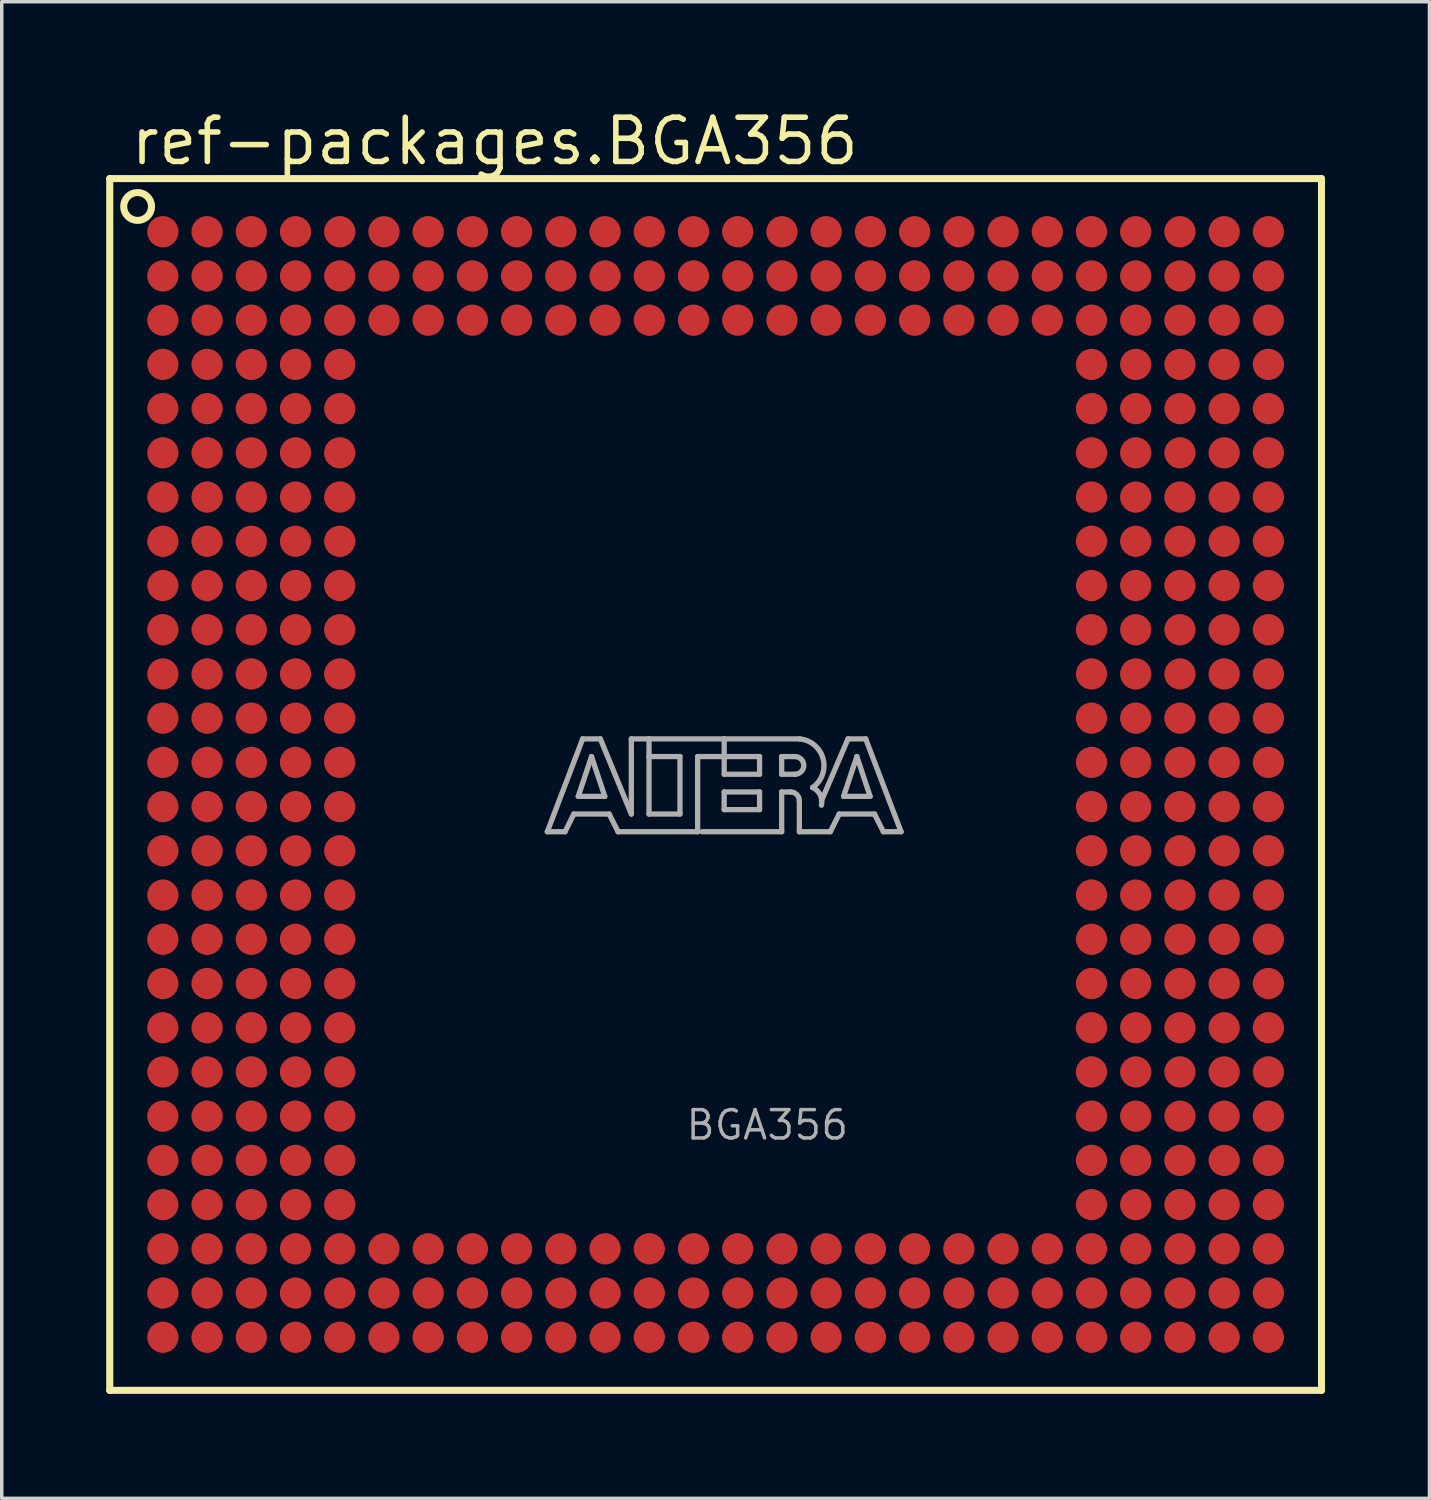
<source format=kicad_pcb>
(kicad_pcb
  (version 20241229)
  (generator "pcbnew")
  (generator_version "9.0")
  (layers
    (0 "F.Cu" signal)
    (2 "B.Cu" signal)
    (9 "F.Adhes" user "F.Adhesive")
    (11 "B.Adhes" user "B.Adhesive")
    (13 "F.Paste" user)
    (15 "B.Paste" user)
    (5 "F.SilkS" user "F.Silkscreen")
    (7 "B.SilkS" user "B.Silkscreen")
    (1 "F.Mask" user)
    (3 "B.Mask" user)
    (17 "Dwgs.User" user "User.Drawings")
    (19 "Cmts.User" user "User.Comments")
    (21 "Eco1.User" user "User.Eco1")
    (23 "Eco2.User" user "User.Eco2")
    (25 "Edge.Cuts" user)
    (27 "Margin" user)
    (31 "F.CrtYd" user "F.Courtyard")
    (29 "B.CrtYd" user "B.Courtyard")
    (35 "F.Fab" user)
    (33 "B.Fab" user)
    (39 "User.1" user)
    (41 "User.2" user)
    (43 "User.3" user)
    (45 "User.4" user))
  (footprint "ref-packages.BGA356"
    (layer "F.Cu")
    (at 17.502 19.48)
    (property "Reference" "ref-packages.BGA356" (at -16.88 -17.73 0) (layer "F.SilkS") (effects (font (size 1.27 1.27) (thickness 0.16)) (justify left bottom)))
    (attr smd)
    (fp_line (start -17.4 -17.4) (end -17.4 17.4) (stroke (width 0.203) (type default)) (layer "F.SilkS"))
    (fp_line (start -17.4 17.4) (end 17.4 17.4) (stroke (width 0.203) (type default)) (layer "F.SilkS"))
    (fp_line (start 17.4 -17.4) (end -17.4 -17.4) (stroke (width 0.203) (type default)) (layer "F.SilkS"))
    (fp_line (start 17.4 17.4) (end 17.4 -17.4) (stroke (width 0.203) (type default)) (layer "F.SilkS"))
    (fp_circle (center -16.6 -16.6) (end -16.2 -16.6) (stroke (width 0.203) (type default)) (fill no) (layer "F.SilkS"))
    (fp_line (start -4.834 1.357) (end -3.818 -1.31) (stroke (width 0.152) (type default)) (layer "F.Fab"))
    (fp_line (start -4.326 1.357) (end -4.834 1.357) (stroke (width 0.152) (type default)) (layer "F.Fab"))
    (fp_line (start -4.072 0.849) (end -4.326 1.357) (stroke (width 0.152) (type default)) (layer "F.Fab"))
    (fp_line (start -3.945 0.341) (end -3.183 0.341) (stroke (width 0.152) (type default)) (layer "F.Fab"))
    (fp_line (start -3.818 -1.31) (end -3.31 -1.31) (stroke (width 0.152) (type default)) (layer "F.Fab"))
    (fp_line (start -3.564 -0.802) (end -3.945 0.341) (stroke (width 0.152) (type default)) (layer "F.Fab"))
    (fp_line (start -3.31 -1.31) (end -2.421 0.849) (stroke (width 0.152) (type default)) (layer "F.Fab"))
    (fp_line (start -3.183 0.341) (end -3.564 -0.802) (stroke (width 0.152) (type default)) (layer "F.Fab"))
    (fp_line (start -3.056 0.849) (end -4.072 0.849) (stroke (width 0.152) (type default)) (layer "F.Fab"))
    (fp_line (start -2.802 1.357) (end -3.056 0.849) (stroke (width 0.152) (type default)) (layer "F.Fab"))
    (fp_line (start -2.421 -1.31) (end -1.913 -1.31) (stroke (width 0.152) (type default)) (layer "F.Fab"))
    (fp_line (start -2.421 0.849) (end -2.421 -1.31) (stroke (width 0.152) (type default)) (layer "F.Fab"))
    (fp_line (start -1.913 -1.31) (end -1.913 -0.802) (stroke (width 0.152) (type default)) (layer "F.Fab"))
    (fp_line (start -1.913 -1.31) (end 0.246 -1.31) (stroke (width 0.152) (type default)) (layer "F.Fab"))
    (fp_line (start -1.913 -0.802) (end -1.913 0.849) (stroke (width 0.152) (type default)) (layer "F.Fab"))
    (fp_line (start -1.913 0.849) (end -1.024 0.849) (stroke (width 0.152) (type default)) (layer "F.Fab"))
    (fp_line (start -1.024 -0.802) (end -1.913 -0.802) (stroke (width 0.152) (type default)) (layer "F.Fab"))
    (fp_line (start -1.024 0.849) (end -1.024 -0.802) (stroke (width 0.152) (type default)) (layer "F.Fab"))
    (fp_line (start -0.516 -0.802) (end -0.516 1.357) (stroke (width 0.152) (type default)) (layer "F.Fab"))
    (fp_line (start -0.516 1.357) (end -2.802 1.357) (stroke (width 0.152) (type default)) (layer "F.Fab"))
    (fp_line (start 0.246 -1.31) (end 0.246 -0.802) (stroke (width 0.152) (type default)) (layer "F.Fab"))
    (fp_line (start 0.246 -1.31) (end 2.405 -1.31) (stroke (width 0.152) (type default)) (layer "F.Fab"))
    (fp_line (start 0.246 -0.802) (end -0.516 -0.802) (stroke (width 0.152) (type default)) (layer "F.Fab"))
    (fp_line (start 0.246 -0.802) (end 0.246 -0.294) (stroke (width 0.152) (type default)) (layer "F.Fab"))
    (fp_line (start 0.246 -0.294) (end 1.262 -0.294) (stroke (width 0.152) (type default)) (layer "F.Fab"))
    (fp_line (start 0.246 0.214) (end 1.262 0.214) (stroke (width 0.152) (type default)) (layer "F.Fab"))
    (fp_line (start 0.246 0.722) (end 0.246 0.214) (stroke (width 0.152) (type default)) (layer "F.Fab"))
    (fp_line (start 1.262 -0.802) (end 0.246 -0.802) (stroke (width 0.152) (type default)) (layer "F.Fab"))
    (fp_line (start 1.262 -0.294) (end 1.262 -0.802) (stroke (width 0.152) (type default)) (layer "F.Fab"))
    (fp_line (start 1.262 0.214) (end 1.262 0.722) (stroke (width 0.152) (type default)) (layer "F.Fab"))
    (fp_line (start 1.262 0.722) (end 0.246 0.722) (stroke (width 0.152) (type default)) (layer "F.Fab"))
    (fp_line (start 1.897 -0.802) (end 1.897 -0.294) (stroke (width 0.152) (type default)) (layer "F.Fab"))
    (fp_line (start 1.897 -0.294) (end 2.278 -0.294) (stroke (width 0.152) (type default)) (layer "F.Fab"))
    (fp_line (start 1.897 0.214) (end 1.897 1.357) (stroke (width 0.152) (type default)) (layer "F.Fab"))
    (fp_line (start 1.897 0.214) (end 2.151 0.214) (stroke (width 0.152) (type default)) (layer "F.Fab"))
    (fp_line (start 1.897 1.357) (end -0.389 1.357) (stroke (width 0.152) (type default)) (layer "F.Fab"))
    (fp_line (start 2.278 -0.802) (end 1.897 -0.802) (stroke (width 0.152) (type default)) (layer "F.Fab"))
    (fp_line (start 2.405 0.468) (end 2.405 1.357) (stroke (width 0.152) (type default)) (layer "F.Fab"))
    (fp_line (start 2.405 1.357) (end 3.294 1.357) (stroke (width 0.152) (type default)) (layer "F.Fab"))
    (fp_line (start 3.294 1.357) (end 3.548 0.849) (stroke (width 0.152) (type default)) (layer "F.Fab"))
    (fp_line (start 3.548 0.849) (end 4.564 0.849) (stroke (width 0.152) (type default)) (layer "F.Fab"))
    (fp_line (start 3.675 0.341) (end 4.056 -0.802) (stroke (width 0.152) (type default)) (layer "F.Fab"))
    (fp_line (start 3.802 -1.31) (end 3.04 0.468) (stroke (width 0.152) (type default)) (layer "F.Fab"))
    (fp_line (start 4.056 -0.802) (end 4.437 0.341) (stroke (width 0.152) (type default)) (layer "F.Fab"))
    (fp_line (start 4.31 -1.31) (end 3.802 -1.31) (stroke (width 0.152) (type default)) (layer "F.Fab"))
    (fp_line (start 4.437 0.341) (end 3.675 0.341) (stroke (width 0.152) (type default)) (layer "F.Fab"))
    (fp_line (start 4.564 0.849) (end 4.818 1.357) (stroke (width 0.152) (type default)) (layer "F.Fab"))
    (fp_line (start 4.818 1.357) (end 5.326 1.357) (stroke (width 0.152) (type default)) (layer "F.Fab"))
    (fp_line (start 5.326 1.357) (end 4.31 -1.31) (stroke (width 0.152) (type default)) (layer "F.Fab"))
    (fp_arc (start 2.151 0.214) (mid 2.330605 0.288395) (end 2.405 0.468) (stroke (width 0.1524) (type default)) (layer "F.Fab"))
    (fp_arc (start 2.278 -0.802) (mid 2.532 -0.548) (end 2.278 -0.294) (stroke (width 0.1524) (type default)) (layer "F.Fab"))
    (fp_arc (start 2.405 -1.31) (mid 3.084953 -0.74477) (end 2.7861 0.0874) (stroke (width 0.1524) (type default)) (layer "F.Fab"))
    (fp_arc (start 2.7861 0.0871) (mid 3.002081 0.296587) (end 3.0398 0.5951) (stroke (width 0.1524) (type default)) (layer "F.Fab"))
    (fp_text user "BGA356" (at -0.905 10.255 0) (layer "F.Fab") (effects (font (size 0.813 0.813) (thickness 0.1)) (justify left bottom)))
    (pad "A1" smd roundrect (at -15.875 -15.875) (size 0.9 0.9) (layers "F.Cu" "F.Mask" "F.Paste") (roundrect_rratio 0.5))
    (pad "A2" smd roundrect (at -14.605 -15.875) (size 0.9 0.9) (layers "F.Cu" "F.Mask" "F.Paste") (roundrect_rratio 0.5))
    (pad "A3" smd roundrect (at -13.335 -15.875) (size 0.9 0.9) (layers "F.Cu" "F.Mask" "F.Paste") (roundrect_rratio 0.5))
    (pad "A4" smd roundrect (at -12.065 -15.875) (size 0.9 0.9) (layers "F.Cu" "F.Mask" "F.Paste") (roundrect_rratio 0.5))
    (pad "A5" smd roundrect (at -10.795 -15.875) (size 0.9 0.9) (layers "F.Cu" "F.Mask" "F.Paste") (roundrect_rratio 0.5))
    (pad "A6" smd roundrect (at -9.525 -15.875) (size 0.9 0.9) (layers "F.Cu" "F.Mask" "F.Paste") (roundrect_rratio 0.5))
    (pad "A7" smd roundrect (at -8.255 -15.875) (size 0.9 0.9) (layers "F.Cu" "F.Mask" "F.Paste") (roundrect_rratio 0.5))
    (pad "A8" smd roundrect (at -6.985 -15.875) (size 0.9 0.9) (layers "F.Cu" "F.Mask" "F.Paste") (roundrect_rratio 0.5))
    (pad "A9" smd roundrect (at -5.715 -15.875) (size 0.9 0.9) (layers "F.Cu" "F.Mask" "F.Paste") (roundrect_rratio 0.5))
    (pad "A10" smd roundrect (at -4.445 -15.875) (size 0.9 0.9) (layers "F.Cu" "F.Mask" "F.Paste") (roundrect_rratio 0.5))
    (pad "A11" smd roundrect (at -3.175 -15.875) (size 0.9 0.9) (layers "F.Cu" "F.Mask" "F.Paste") (roundrect_rratio 0.5))
    (pad "A12" smd roundrect (at -1.905 -15.875) (size 0.9 0.9) (layers "F.Cu" "F.Mask" "F.Paste") (roundrect_rratio 0.5))
    (pad "A13" smd roundrect (at -0.635 -15.875) (size 0.9 0.9) (layers "F.Cu" "F.Mask" "F.Paste") (roundrect_rratio 0.5))
    (pad "A14" smd roundrect (at 0.635 -15.875) (size 0.9 0.9) (layers "F.Cu" "F.Mask" "F.Paste") (roundrect_rratio 0.5))
    (pad "A15" smd roundrect (at 1.905 -15.875) (size 0.9 0.9) (layers "F.Cu" "F.Mask" "F.Paste") (roundrect_rratio 0.5))
    (pad "A16" smd roundrect (at 3.175 -15.875) (size 0.9 0.9) (layers "F.Cu" "F.Mask" "F.Paste") (roundrect_rratio 0.5))
    (pad "A17" smd roundrect (at 4.445 -15.875) (size 0.9 0.9) (layers "F.Cu" "F.Mask" "F.Paste") (roundrect_rratio 0.5))
    (pad "A18" smd roundrect (at 5.715 -15.875) (size 0.9 0.9) (layers "F.Cu" "F.Mask" "F.Paste") (roundrect_rratio 0.5))
    (pad "A19" smd roundrect (at 6.985 -15.875) (size 0.9 0.9) (layers "F.Cu" "F.Mask" "F.Paste") (roundrect_rratio 0.5))
    (pad "A20" smd roundrect (at 8.255 -15.875) (size 0.9 0.9) (layers "F.Cu" "F.Mask" "F.Paste") (roundrect_rratio 0.5))
    (pad "A21" smd roundrect (at 9.525 -15.875) (size 0.9 0.9) (layers "F.Cu" "F.Mask" "F.Paste") (roundrect_rratio 0.5))
    (pad "A22" smd roundrect (at 10.795 -15.875) (size 0.9 0.9) (layers "F.Cu" "F.Mask" "F.Paste") (roundrect_rratio 0.5))
    (pad "A23" smd roundrect (at 12.065 -15.875) (size 0.9 0.9) (layers "F.Cu" "F.Mask" "F.Paste") (roundrect_rratio 0.5))
    (pad "A24" smd roundrect (at 13.335 -15.875) (size 0.9 0.9) (layers "F.Cu" "F.Mask" "F.Paste") (roundrect_rratio 0.5))
    (pad "A25" smd roundrect (at 14.605 -15.875) (size 0.9 0.9) (layers "F.Cu" "F.Mask" "F.Paste") (roundrect_rratio 0.5))
    (pad "A26" smd roundrect (at 15.875 -15.875) (size 0.9 0.9) (layers "F.Cu" "F.Mask" "F.Paste") (roundrect_rratio 0.5))
    (pad "AA1" smd roundrect (at -15.875 9.525) (size 0.9 0.9) (layers "F.Cu" "F.Mask" "F.Paste") (roundrect_rratio 0.5))
    (pad "AA2" smd roundrect (at -14.605 9.525) (size 0.9 0.9) (layers "F.Cu" "F.Mask" "F.Paste") (roundrect_rratio 0.5))
    (pad "AA3" smd roundrect (at -13.335 9.525) (size 0.9 0.9) (layers "F.Cu" "F.Mask" "F.Paste") (roundrect_rratio 0.5))
    (pad "AA4" smd roundrect (at -12.065 9.525) (size 0.9 0.9) (layers "F.Cu" "F.Mask" "F.Paste") (roundrect_rratio 0.5))
    (pad "AA5" smd roundrect (at -10.795 9.525) (size 0.9 0.9) (layers "F.Cu" "F.Mask" "F.Paste") (roundrect_rratio 0.5))
    (pad "AA22" smd roundrect (at 10.795 9.525) (size 0.9 0.9) (layers "F.Cu" "F.Mask" "F.Paste") (roundrect_rratio 0.5))
    (pad "AA23" smd roundrect (at 12.065 9.525) (size 0.9 0.9) (layers "F.Cu" "F.Mask" "F.Paste") (roundrect_rratio 0.5))
    (pad "AA24" smd roundrect (at 13.335 9.525) (size 0.9 0.9) (layers "F.Cu" "F.Mask" "F.Paste") (roundrect_rratio 0.5))
    (pad "AA25" smd roundrect (at 14.605 9.525) (size 0.9 0.9) (layers "F.Cu" "F.Mask" "F.Paste") (roundrect_rratio 0.5))
    (pad "AA26" smd roundrect (at 15.875 9.525) (size 0.9 0.9) (layers "F.Cu" "F.Mask" "F.Paste") (roundrect_rratio 0.5))
    (pad "AB1" smd roundrect (at -15.875 10.795) (size 0.9 0.9) (layers "F.Cu" "F.Mask" "F.Paste") (roundrect_rratio 0.5))
    (pad "AB2" smd roundrect (at -14.605 10.795) (size 0.9 0.9) (layers "F.Cu" "F.Mask" "F.Paste") (roundrect_rratio 0.5))
    (pad "AB3" smd roundrect (at -13.335 10.795) (size 0.9 0.9) (layers "F.Cu" "F.Mask" "F.Paste") (roundrect_rratio 0.5))
    (pad "AB4" smd roundrect (at -12.065 10.795) (size 0.9 0.9) (layers "F.Cu" "F.Mask" "F.Paste") (roundrect_rratio 0.5))
    (pad "AB5" smd roundrect (at -10.795 10.795) (size 0.9 0.9) (layers "F.Cu" "F.Mask" "F.Paste") (roundrect_rratio 0.5))
    (pad "AB22" smd roundrect (at 10.795 10.795) (size 0.9 0.9) (layers "F.Cu" "F.Mask" "F.Paste") (roundrect_rratio 0.5))
    (pad "AB23" smd roundrect (at 12.065 10.795) (size 0.9 0.9) (layers "F.Cu" "F.Mask" "F.Paste") (roundrect_rratio 0.5))
    (pad "AB24" smd roundrect (at 13.335 10.795) (size 0.9 0.9) (layers "F.Cu" "F.Mask" "F.Paste") (roundrect_rratio 0.5))
    (pad "AB25" smd roundrect (at 14.605 10.795) (size 0.9 0.9) (layers "F.Cu" "F.Mask" "F.Paste") (roundrect_rratio 0.5))
    (pad "AB26" smd roundrect (at 15.875 10.795) (size 0.9 0.9) (layers "F.Cu" "F.Mask" "F.Paste") (roundrect_rratio 0.5))
    (pad "AC1" smd roundrect (at -15.875 12.065) (size 0.9 0.9) (layers "F.Cu" "F.Mask" "F.Paste") (roundrect_rratio 0.5))
    (pad "AC2" smd roundrect (at -14.605 12.065) (size 0.9 0.9) (layers "F.Cu" "F.Mask" "F.Paste") (roundrect_rratio 0.5))
    (pad "AC3" smd roundrect (at -13.335 12.065) (size 0.9 0.9) (layers "F.Cu" "F.Mask" "F.Paste") (roundrect_rratio 0.5))
    (pad "AC4" smd roundrect (at -12.065 12.065) (size 0.9 0.9) (layers "F.Cu" "F.Mask" "F.Paste") (roundrect_rratio 0.5))
    (pad "AC5" smd roundrect (at -10.795 12.065) (size 0.9 0.9) (layers "F.Cu" "F.Mask" "F.Paste") (roundrect_rratio 0.5))
    (pad "AC22" smd roundrect (at 10.795 12.065) (size 0.9 0.9) (layers "F.Cu" "F.Mask" "F.Paste") (roundrect_rratio 0.5))
    (pad "AC23" smd roundrect (at 12.065 12.065) (size 0.9 0.9) (layers "F.Cu" "F.Mask" "F.Paste") (roundrect_rratio 0.5))
    (pad "AC24" smd roundrect (at 13.335 12.065) (size 0.9 0.9) (layers "F.Cu" "F.Mask" "F.Paste") (roundrect_rratio 0.5))
    (pad "AC25" smd roundrect (at 14.605 12.065) (size 0.9 0.9) (layers "F.Cu" "F.Mask" "F.Paste") (roundrect_rratio 0.5))
    (pad "AC26" smd roundrect (at 15.875 12.065) (size 0.9 0.9) (layers "F.Cu" "F.Mask" "F.Paste") (roundrect_rratio 0.5))
    (pad "AD1" smd roundrect (at -15.875 13.335) (size 0.9 0.9) (layers "F.Cu" "F.Mask" "F.Paste") (roundrect_rratio 0.5))
    (pad "AD2" smd roundrect (at -14.605 13.335) (size 0.9 0.9) (layers "F.Cu" "F.Mask" "F.Paste") (roundrect_rratio 0.5))
    (pad "AD3" smd roundrect (at -13.335 13.335) (size 0.9 0.9) (layers "F.Cu" "F.Mask" "F.Paste") (roundrect_rratio 0.5))
    (pad "AD4" smd roundrect (at -12.065 13.335) (size 0.9 0.9) (layers "F.Cu" "F.Mask" "F.Paste") (roundrect_rratio 0.5))
    (pad "AD5" smd roundrect (at -10.795 13.335) (size 0.9 0.9) (layers "F.Cu" "F.Mask" "F.Paste") (roundrect_rratio 0.5))
    (pad "AD6" smd roundrect (at -9.525 13.335) (size 0.9 0.9) (layers "F.Cu" "F.Mask" "F.Paste") (roundrect_rratio 0.5))
    (pad "AD7" smd roundrect (at -8.255 13.335) (size 0.9 0.9) (layers "F.Cu" "F.Mask" "F.Paste") (roundrect_rratio 0.5))
    (pad "AD8" smd roundrect (at -6.985 13.335) (size 0.9 0.9) (layers "F.Cu" "F.Mask" "F.Paste") (roundrect_rratio 0.5))
    (pad "AD9" smd roundrect (at -5.715 13.335) (size 0.9 0.9) (layers "F.Cu" "F.Mask" "F.Paste") (roundrect_rratio 0.5))
    (pad "AD10" smd roundrect (at -4.445 13.335) (size 0.9 0.9) (layers "F.Cu" "F.Mask" "F.Paste") (roundrect_rratio 0.5))
    (pad "AD11" smd roundrect (at -3.175 13.335) (size 0.9 0.9) (layers "F.Cu" "F.Mask" "F.Paste") (roundrect_rratio 0.5))
    (pad "AD12" smd roundrect (at -1.905 13.335) (size 0.9 0.9) (layers "F.Cu" "F.Mask" "F.Paste") (roundrect_rratio 0.5))
    (pad "AD13" smd roundrect (at -0.635 13.335) (size 0.9 0.9) (layers "F.Cu" "F.Mask" "F.Paste") (roundrect_rratio 0.5))
    (pad "AD14" smd roundrect (at 0.635 13.335) (size 0.9 0.9) (layers "F.Cu" "F.Mask" "F.Paste") (roundrect_rratio 0.5))
    (pad "AD15" smd roundrect (at 1.905 13.335) (size 0.9 0.9) (layers "F.Cu" "F.Mask" "F.Paste") (roundrect_rratio 0.5))
    (pad "AD16" smd roundrect (at 3.175 13.335) (size 0.9 0.9) (layers "F.Cu" "F.Mask" "F.Paste") (roundrect_rratio 0.5))
    (pad "AD17" smd roundrect (at 4.445 13.335) (size 0.9 0.9) (layers "F.Cu" "F.Mask" "F.Paste") (roundrect_rratio 0.5))
    (pad "AD18" smd roundrect (at 5.715 13.335) (size 0.9 0.9) (layers "F.Cu" "F.Mask" "F.Paste") (roundrect_rratio 0.5))
    (pad "AD19" smd roundrect (at 6.985 13.335) (size 0.9 0.9) (layers "F.Cu" "F.Mask" "F.Paste") (roundrect_rratio 0.5))
    (pad "AD20" smd roundrect (at 8.255 13.335) (size 0.9 0.9) (layers "F.Cu" "F.Mask" "F.Paste") (roundrect_rratio 0.5))
    (pad "AD21" smd roundrect (at 9.525 13.335) (size 0.9 0.9) (layers "F.Cu" "F.Mask" "F.Paste") (roundrect_rratio 0.5))
    (pad "AD22" smd roundrect (at 10.795 13.335) (size 0.9 0.9) (layers "F.Cu" "F.Mask" "F.Paste") (roundrect_rratio 0.5))
    (pad "AD23" smd roundrect (at 12.065 13.335) (size 0.9 0.9) (layers "F.Cu" "F.Mask" "F.Paste") (roundrect_rratio 0.5))
    (pad "AD24" smd roundrect (at 13.335 13.335) (size 0.9 0.9) (layers "F.Cu" "F.Mask" "F.Paste") (roundrect_rratio 0.5))
    (pad "AD25" smd roundrect (at 14.605 13.335) (size 0.9 0.9) (layers "F.Cu" "F.Mask" "F.Paste") (roundrect_rratio 0.5))
    (pad "AD26" smd roundrect (at 15.875 13.335) (size 0.9 0.9) (layers "F.Cu" "F.Mask" "F.Paste") (roundrect_rratio 0.5))
    (pad "AE1" smd roundrect (at -15.875 14.605) (size 0.9 0.9) (layers "F.Cu" "F.Mask" "F.Paste") (roundrect_rratio 0.5))
    (pad "AE2" smd roundrect (at -14.605 14.605) (size 0.9 0.9) (layers "F.Cu" "F.Mask" "F.Paste") (roundrect_rratio 0.5))
    (pad "AE3" smd roundrect (at -13.335 14.605) (size 0.9 0.9) (layers "F.Cu" "F.Mask" "F.Paste") (roundrect_rratio 0.5))
    (pad "AE4" smd roundrect (at -12.065 14.605) (size 0.9 0.9) (layers "F.Cu" "F.Mask" "F.Paste") (roundrect_rratio 0.5))
    (pad "AE5" smd roundrect (at -10.795 14.605) (size 0.9 0.9) (layers "F.Cu" "F.Mask" "F.Paste") (roundrect_rratio 0.5))
    (pad "AE6" smd roundrect (at -9.525 14.605) (size 0.9 0.9) (layers "F.Cu" "F.Mask" "F.Paste") (roundrect_rratio 0.5))
    (pad "AE7" smd roundrect (at -8.255 14.605) (size 0.9 0.9) (layers "F.Cu" "F.Mask" "F.Paste") (roundrect_rratio 0.5))
    (pad "AE8" smd roundrect (at -6.985 14.605) (size 0.9 0.9) (layers "F.Cu" "F.Mask" "F.Paste") (roundrect_rratio 0.5))
    (pad "AE9" smd roundrect (at -5.715 14.605) (size 0.9 0.9) (layers "F.Cu" "F.Mask" "F.Paste") (roundrect_rratio 0.5))
    (pad "AE10" smd roundrect (at -4.445 14.605) (size 0.9 0.9) (layers "F.Cu" "F.Mask" "F.Paste") (roundrect_rratio 0.5))
    (pad "AE11" smd roundrect (at -3.175 14.605) (size 0.9 0.9) (layers "F.Cu" "F.Mask" "F.Paste") (roundrect_rratio 0.5))
    (pad "AE12" smd roundrect (at -1.905 14.605) (size 0.9 0.9) (layers "F.Cu" "F.Mask" "F.Paste") (roundrect_rratio 0.5))
    (pad "AE13" smd roundrect (at -0.635 14.605) (size 0.9 0.9) (layers "F.Cu" "F.Mask" "F.Paste") (roundrect_rratio 0.5))
    (pad "AE14" smd roundrect (at 0.635 14.605) (size 0.9 0.9) (layers "F.Cu" "F.Mask" "F.Paste") (roundrect_rratio 0.5))
    (pad "AE15" smd roundrect (at 1.905 14.605) (size 0.9 0.9) (layers "F.Cu" "F.Mask" "F.Paste") (roundrect_rratio 0.5))
    (pad "AE16" smd roundrect (at 3.175 14.605) (size 0.9 0.9) (layers "F.Cu" "F.Mask" "F.Paste") (roundrect_rratio 0.5))
    (pad "AE17" smd roundrect (at 4.445 14.605) (size 0.9 0.9) (layers "F.Cu" "F.Mask" "F.Paste") (roundrect_rratio 0.5))
    (pad "AE18" smd roundrect (at 5.715 14.605) (size 0.9 0.9) (layers "F.Cu" "F.Mask" "F.Paste") (roundrect_rratio 0.5))
    (pad "AE19" smd roundrect (at 6.985 14.605) (size 0.9 0.9) (layers "F.Cu" "F.Mask" "F.Paste") (roundrect_rratio 0.5))
    (pad "AE20" smd roundrect (at 8.255 14.605) (size 0.9 0.9) (layers "F.Cu" "F.Mask" "F.Paste") (roundrect_rratio 0.5))
    (pad "AE21" smd roundrect (at 9.525 14.605) (size 0.9 0.9) (layers "F.Cu" "F.Mask" "F.Paste") (roundrect_rratio 0.5))
    (pad "AE22" smd roundrect (at 10.795 14.605) (size 0.9 0.9) (layers "F.Cu" "F.Mask" "F.Paste") (roundrect_rratio 0.5))
    (pad "AE23" smd roundrect (at 12.065 14.605) (size 0.9 0.9) (layers "F.Cu" "F.Mask" "F.Paste") (roundrect_rratio 0.5))
    (pad "AE24" smd roundrect (at 13.335 14.605) (size 0.9 0.9) (layers "F.Cu" "F.Mask" "F.Paste") (roundrect_rratio 0.5))
    (pad "AE25" smd roundrect (at 14.605 14.605) (size 0.9 0.9) (layers "F.Cu" "F.Mask" "F.Paste") (roundrect_rratio 0.5))
    (pad "AE26" smd roundrect (at 15.875 14.605) (size 0.9 0.9) (layers "F.Cu" "F.Mask" "F.Paste") (roundrect_rratio 0.5))
    (pad "AF1" smd roundrect (at -15.875 15.875) (size 0.9 0.9) (layers "F.Cu" "F.Mask" "F.Paste") (roundrect_rratio 0.5))
    (pad "AF2" smd roundrect (at -14.605 15.875) (size 0.9 0.9) (layers "F.Cu" "F.Mask" "F.Paste") (roundrect_rratio 0.5))
    (pad "AF3" smd roundrect (at -13.335 15.875) (size 0.9 0.9) (layers "F.Cu" "F.Mask" "F.Paste") (roundrect_rratio 0.5))
    (pad "AF4" smd roundrect (at -12.065 15.875) (size 0.9 0.9) (layers "F.Cu" "F.Mask" "F.Paste") (roundrect_rratio 0.5))
    (pad "AF5" smd roundrect (at -10.795 15.875) (size 0.9 0.9) (layers "F.Cu" "F.Mask" "F.Paste") (roundrect_rratio 0.5))
    (pad "AF6" smd roundrect (at -9.525 15.875) (size 0.9 0.9) (layers "F.Cu" "F.Mask" "F.Paste") (roundrect_rratio 0.5))
    (pad "AF7" smd roundrect (at -8.255 15.875) (size 0.9 0.9) (layers "F.Cu" "F.Mask" "F.Paste") (roundrect_rratio 0.5))
    (pad "AF8" smd roundrect (at -6.985 15.875) (size 0.9 0.9) (layers "F.Cu" "F.Mask" "F.Paste") (roundrect_rratio 0.5))
    (pad "AF9" smd roundrect (at -5.715 15.875) (size 0.9 0.9) (layers "F.Cu" "F.Mask" "F.Paste") (roundrect_rratio 0.5))
    (pad "AF10" smd roundrect (at -4.445 15.875) (size 0.9 0.9) (layers "F.Cu" "F.Mask" "F.Paste") (roundrect_rratio 0.5))
    (pad "AF11" smd roundrect (at -3.175 15.875) (size 0.9 0.9) (layers "F.Cu" "F.Mask" "F.Paste") (roundrect_rratio 0.5))
    (pad "AF12" smd roundrect (at -1.905 15.875) (size 0.9 0.9) (layers "F.Cu" "F.Mask" "F.Paste") (roundrect_rratio 0.5))
    (pad "AF13" smd roundrect (at -0.635 15.875) (size 0.9 0.9) (layers "F.Cu" "F.Mask" "F.Paste") (roundrect_rratio 0.5))
    (pad "AF14" smd roundrect (at 0.635 15.875) (size 0.9 0.9) (layers "F.Cu" "F.Mask" "F.Paste") (roundrect_rratio 0.5))
    (pad "AF15" smd roundrect (at 1.905 15.875) (size 0.9 0.9) (layers "F.Cu" "F.Mask" "F.Paste") (roundrect_rratio 0.5))
    (pad "AF16" smd roundrect (at 3.175 15.875) (size 0.9 0.9) (layers "F.Cu" "F.Mask" "F.Paste") (roundrect_rratio 0.5))
    (pad "AF17" smd roundrect (at 4.445 15.875) (size 0.9 0.9) (layers "F.Cu" "F.Mask" "F.Paste") (roundrect_rratio 0.5))
    (pad "AF18" smd roundrect (at 5.715 15.875) (size 0.9 0.9) (layers "F.Cu" "F.Mask" "F.Paste") (roundrect_rratio 0.5))
    (pad "AF19" smd roundrect (at 6.985 15.875) (size 0.9 0.9) (layers "F.Cu" "F.Mask" "F.Paste") (roundrect_rratio 0.5))
    (pad "AF20" smd roundrect (at 8.255 15.875) (size 0.9 0.9) (layers "F.Cu" "F.Mask" "F.Paste") (roundrect_rratio 0.5))
    (pad "AF21" smd roundrect (at 9.525 15.875) (size 0.9 0.9) (layers "F.Cu" "F.Mask" "F.Paste") (roundrect_rratio 0.5))
    (pad "AF22" smd roundrect (at 10.795 15.875) (size 0.9 0.9) (layers "F.Cu" "F.Mask" "F.Paste") (roundrect_rratio 0.5))
    (pad "AF23" smd roundrect (at 12.065 15.875) (size 0.9 0.9) (layers "F.Cu" "F.Mask" "F.Paste") (roundrect_rratio 0.5))
    (pad "AF24" smd roundrect (at 13.335 15.875) (size 0.9 0.9) (layers "F.Cu" "F.Mask" "F.Paste") (roundrect_rratio 0.5))
    (pad "AF25" smd roundrect (at 14.605 15.875) (size 0.9 0.9) (layers "F.Cu" "F.Mask" "F.Paste") (roundrect_rratio 0.5))
    (pad "AF26" smd roundrect (at 15.875 15.875) (size 0.9 0.9) (layers "F.Cu" "F.Mask" "F.Paste") (roundrect_rratio 0.5))
    (pad "B1" smd roundrect (at -15.875 -14.605) (size 0.9 0.9) (layers "F.Cu" "F.Mask" "F.Paste") (roundrect_rratio 0.5))
    (pad "B2" smd roundrect (at -14.605 -14.605) (size 0.9 0.9) (layers "F.Cu" "F.Mask" "F.Paste") (roundrect_rratio 0.5))
    (pad "B3" smd roundrect (at -13.335 -14.605) (size 0.9 0.9) (layers "F.Cu" "F.Mask" "F.Paste") (roundrect_rratio 0.5))
    (pad "B4" smd roundrect (at -12.065 -14.605) (size 0.9 0.9) (layers "F.Cu" "F.Mask" "F.Paste") (roundrect_rratio 0.5))
    (pad "B5" smd roundrect (at -10.795 -14.605) (size 0.9 0.9) (layers "F.Cu" "F.Mask" "F.Paste") (roundrect_rratio 0.5))
    (pad "B6" smd roundrect (at -9.525 -14.605) (size 0.9 0.9) (layers "F.Cu" "F.Mask" "F.Paste") (roundrect_rratio 0.5))
    (pad "B7" smd roundrect (at -8.255 -14.605) (size 0.9 0.9) (layers "F.Cu" "F.Mask" "F.Paste") (roundrect_rratio 0.5))
    (pad "B8" smd roundrect (at -6.985 -14.605) (size 0.9 0.9) (layers "F.Cu" "F.Mask" "F.Paste") (roundrect_rratio 0.5))
    (pad "B9" smd roundrect (at -5.715 -14.605) (size 0.9 0.9) (layers "F.Cu" "F.Mask" "F.Paste") (roundrect_rratio 0.5))
    (pad "B10" smd roundrect (at -4.445 -14.605) (size 0.9 0.9) (layers "F.Cu" "F.Mask" "F.Paste") (roundrect_rratio 0.5))
    (pad "B11" smd roundrect (at -3.175 -14.605) (size 0.9 0.9) (layers "F.Cu" "F.Mask" "F.Paste") (roundrect_rratio 0.5))
    (pad "B12" smd roundrect (at -1.905 -14.605) (size 0.9 0.9) (layers "F.Cu" "F.Mask" "F.Paste") (roundrect_rratio 0.5))
    (pad "B13" smd roundrect (at -0.635 -14.605) (size 0.9 0.9) (layers "F.Cu" "F.Mask" "F.Paste") (roundrect_rratio 0.5))
    (pad "B14" smd roundrect (at 0.635 -14.605) (size 0.9 0.9) (layers "F.Cu" "F.Mask" "F.Paste") (roundrect_rratio 0.5))
    (pad "B15" smd roundrect (at 1.905 -14.605) (size 0.9 0.9) (layers "F.Cu" "F.Mask" "F.Paste") (roundrect_rratio 0.5))
    (pad "B16" smd roundrect (at 3.175 -14.605) (size 0.9 0.9) (layers "F.Cu" "F.Mask" "F.Paste") (roundrect_rratio 0.5))
    (pad "B17" smd roundrect (at 4.445 -14.605) (size 0.9 0.9) (layers "F.Cu" "F.Mask" "F.Paste") (roundrect_rratio 0.5))
    (pad "B18" smd roundrect (at 5.715 -14.605) (size 0.9 0.9) (layers "F.Cu" "F.Mask" "F.Paste") (roundrect_rratio 0.5))
    (pad "B19" smd roundrect (at 6.985 -14.605) (size 0.9 0.9) (layers "F.Cu" "F.Mask" "F.Paste") (roundrect_rratio 0.5))
    (pad "B20" smd roundrect (at 8.255 -14.605) (size 0.9 0.9) (layers "F.Cu" "F.Mask" "F.Paste") (roundrect_rratio 0.5))
    (pad "B21" smd roundrect (at 9.525 -14.605) (size 0.9 0.9) (layers "F.Cu" "F.Mask" "F.Paste") (roundrect_rratio 0.5))
    (pad "B22" smd roundrect (at 10.795 -14.605) (size 0.9 0.9) (layers "F.Cu" "F.Mask" "F.Paste") (roundrect_rratio 0.5))
    (pad "B23" smd roundrect (at 12.065 -14.605) (size 0.9 0.9) (layers "F.Cu" "F.Mask" "F.Paste") (roundrect_rratio 0.5))
    (pad "B24" smd roundrect (at 13.335 -14.605) (size 0.9 0.9) (layers "F.Cu" "F.Mask" "F.Paste") (roundrect_rratio 0.5))
    (pad "B25" smd roundrect (at 14.605 -14.605) (size 0.9 0.9) (layers "F.Cu" "F.Mask" "F.Paste") (roundrect_rratio 0.5))
    (pad "B26" smd roundrect (at 15.875 -14.605) (size 0.9 0.9) (layers "F.Cu" "F.Mask" "F.Paste") (roundrect_rratio 0.5))
    (pad "C1" smd roundrect (at -15.875 -13.335) (size 0.9 0.9) (layers "F.Cu" "F.Mask" "F.Paste") (roundrect_rratio 0.5))
    (pad "C2" smd roundrect (at -14.605 -13.335) (size 0.9 0.9) (layers "F.Cu" "F.Mask" "F.Paste") (roundrect_rratio 0.5))
    (pad "C3" smd roundrect (at -13.335 -13.335) (size 0.9 0.9) (layers "F.Cu" "F.Mask" "F.Paste") (roundrect_rratio 0.5))
    (pad "C4" smd roundrect (at -12.065 -13.335) (size 0.9 0.9) (layers "F.Cu" "F.Mask" "F.Paste") (roundrect_rratio 0.5))
    (pad "C5" smd roundrect (at -10.795 -13.335) (size 0.9 0.9) (layers "F.Cu" "F.Mask" "F.Paste") (roundrect_rratio 0.5))
    (pad "C6" smd roundrect (at -9.525 -13.335) (size 0.9 0.9) (layers "F.Cu" "F.Mask" "F.Paste") (roundrect_rratio 0.5))
    (pad "C7" smd roundrect (at -8.255 -13.335) (size 0.9 0.9) (layers "F.Cu" "F.Mask" "F.Paste") (roundrect_rratio 0.5))
    (pad "C8" smd roundrect (at -6.985 -13.335) (size 0.9 0.9) (layers "F.Cu" "F.Mask" "F.Paste") (roundrect_rratio 0.5))
    (pad "C9" smd roundrect (at -5.715 -13.335) (size 0.9 0.9) (layers "F.Cu" "F.Mask" "F.Paste") (roundrect_rratio 0.5))
    (pad "C10" smd roundrect (at -4.445 -13.335) (size 0.9 0.9) (layers "F.Cu" "F.Mask" "F.Paste") (roundrect_rratio 0.5))
    (pad "C11" smd roundrect (at -3.175 -13.335) (size 0.9 0.9) (layers "F.Cu" "F.Mask" "F.Paste") (roundrect_rratio 0.5))
    (pad "C12" smd roundrect (at -1.905 -13.335) (size 0.9 0.9) (layers "F.Cu" "F.Mask" "F.Paste") (roundrect_rratio 0.5))
    (pad "C13" smd roundrect (at -0.635 -13.335) (size 0.9 0.9) (layers "F.Cu" "F.Mask" "F.Paste") (roundrect_rratio 0.5))
    (pad "C14" smd roundrect (at 0.635 -13.335) (size 0.9 0.9) (layers "F.Cu" "F.Mask" "F.Paste") (roundrect_rratio 0.5))
    (pad "C15" smd roundrect (at 1.905 -13.335) (size 0.9 0.9) (layers "F.Cu" "F.Mask" "F.Paste") (roundrect_rratio 0.5))
    (pad "C16" smd roundrect (at 3.175 -13.335) (size 0.9 0.9) (layers "F.Cu" "F.Mask" "F.Paste") (roundrect_rratio 0.5))
    (pad "C17" smd roundrect (at 4.445 -13.335) (size 0.9 0.9) (layers "F.Cu" "F.Mask" "F.Paste") (roundrect_rratio 0.5))
    (pad "C18" smd roundrect (at 5.715 -13.335) (size 0.9 0.9) (layers "F.Cu" "F.Mask" "F.Paste") (roundrect_rratio 0.5))
    (pad "C19" smd roundrect (at 6.985 -13.335) (size 0.9 0.9) (layers "F.Cu" "F.Mask" "F.Paste") (roundrect_rratio 0.5))
    (pad "C20" smd roundrect (at 8.255 -13.335) (size 0.9 0.9) (layers "F.Cu" "F.Mask" "F.Paste") (roundrect_rratio 0.5))
    (pad "C21" smd roundrect (at 9.525 -13.335) (size 0.9 0.9) (layers "F.Cu" "F.Mask" "F.Paste") (roundrect_rratio 0.5))
    (pad "C22" smd roundrect (at 10.795 -13.335) (size 0.9 0.9) (layers "F.Cu" "F.Mask" "F.Paste") (roundrect_rratio 0.5))
    (pad "C23" smd roundrect (at 12.065 -13.335) (size 0.9 0.9) (layers "F.Cu" "F.Mask" "F.Paste") (roundrect_rratio 0.5))
    (pad "C24" smd roundrect (at 13.335 -13.335) (size 0.9 0.9) (layers "F.Cu" "F.Mask" "F.Paste") (roundrect_rratio 0.5))
    (pad "C25" smd roundrect (at 14.605 -13.335) (size 0.9 0.9) (layers "F.Cu" "F.Mask" "F.Paste") (roundrect_rratio 0.5))
    (pad "C26" smd roundrect (at 15.875 -13.335) (size 0.9 0.9) (layers "F.Cu" "F.Mask" "F.Paste") (roundrect_rratio 0.5))
    (pad "D1" smd roundrect (at -15.875 -12.065) (size 0.9 0.9) (layers "F.Cu" "F.Mask" "F.Paste") (roundrect_rratio 0.5))
    (pad "D2" smd roundrect (at -14.605 -12.065) (size 0.9 0.9) (layers "F.Cu" "F.Mask" "F.Paste") (roundrect_rratio 0.5))
    (pad "D3" smd roundrect (at -13.335 -12.065) (size 0.9 0.9) (layers "F.Cu" "F.Mask" "F.Paste") (roundrect_rratio 0.5))
    (pad "D4" smd roundrect (at -12.065 -12.065) (size 0.9 0.9) (layers "F.Cu" "F.Mask" "F.Paste") (roundrect_rratio 0.5))
    (pad "D5" smd roundrect (at -10.795 -12.065) (size 0.9 0.9) (layers "F.Cu" "F.Mask" "F.Paste") (roundrect_rratio 0.5))
    (pad "D22" smd roundrect (at 10.795 -12.065) (size 0.9 0.9) (layers "F.Cu" "F.Mask" "F.Paste") (roundrect_rratio 0.5))
    (pad "D23" smd roundrect (at 12.065 -12.065) (size 0.9 0.9) (layers "F.Cu" "F.Mask" "F.Paste") (roundrect_rratio 0.5))
    (pad "D24" smd roundrect (at 13.335 -12.065) (size 0.9 0.9) (layers "F.Cu" "F.Mask" "F.Paste") (roundrect_rratio 0.5))
    (pad "D25" smd roundrect (at 14.605 -12.065) (size 0.9 0.9) (layers "F.Cu" "F.Mask" "F.Paste") (roundrect_rratio 0.5))
    (pad "D26" smd roundrect (at 15.875 -12.065) (size 0.9 0.9) (layers "F.Cu" "F.Mask" "F.Paste") (roundrect_rratio 0.5))
    (pad "E1" smd roundrect (at -15.875 -10.795) (size 0.9 0.9) (layers "F.Cu" "F.Mask" "F.Paste") (roundrect_rratio 0.5))
    (pad "E2" smd roundrect (at -14.605 -10.795) (size 0.9 0.9) (layers "F.Cu" "F.Mask" "F.Paste") (roundrect_rratio 0.5))
    (pad "E3" smd roundrect (at -13.335 -10.795) (size 0.9 0.9) (layers "F.Cu" "F.Mask" "F.Paste") (roundrect_rratio 0.5))
    (pad "E4" smd roundrect (at -12.065 -10.795) (size 0.9 0.9) (layers "F.Cu" "F.Mask" "F.Paste") (roundrect_rratio 0.5))
    (pad "E5" smd roundrect (at -10.795 -10.795) (size 0.9 0.9) (layers "F.Cu" "F.Mask" "F.Paste") (roundrect_rratio 0.5))
    (pad "E22" smd roundrect (at 10.795 -10.795) (size 0.9 0.9) (layers "F.Cu" "F.Mask" "F.Paste") (roundrect_rratio 0.5))
    (pad "E23" smd roundrect (at 12.065 -10.795) (size 0.9 0.9) (layers "F.Cu" "F.Mask" "F.Paste") (roundrect_rratio 0.5))
    (pad "E24" smd roundrect (at 13.335 -10.795) (size 0.9 0.9) (layers "F.Cu" "F.Mask" "F.Paste") (roundrect_rratio 0.5))
    (pad "E25" smd roundrect (at 14.605 -10.795) (size 0.9 0.9) (layers "F.Cu" "F.Mask" "F.Paste") (roundrect_rratio 0.5))
    (pad "E26" smd roundrect (at 15.875 -10.795) (size 0.9 0.9) (layers "F.Cu" "F.Mask" "F.Paste") (roundrect_rratio 0.5))
    (pad "F1" smd roundrect (at -15.875 -9.525) (size 0.9 0.9) (layers "F.Cu" "F.Mask" "F.Paste") (roundrect_rratio 0.5))
    (pad "F2" smd roundrect (at -14.605 -9.525) (size 0.9 0.9) (layers "F.Cu" "F.Mask" "F.Paste") (roundrect_rratio 0.5))
    (pad "F3" smd roundrect (at -13.335 -9.525) (size 0.9 0.9) (layers "F.Cu" "F.Mask" "F.Paste") (roundrect_rratio 0.5))
    (pad "F4" smd roundrect (at -12.065 -9.525) (size 0.9 0.9) (layers "F.Cu" "F.Mask" "F.Paste") (roundrect_rratio 0.5))
    (pad "F5" smd roundrect (at -10.795 -9.525) (size 0.9 0.9) (layers "F.Cu" "F.Mask" "F.Paste") (roundrect_rratio 0.5))
    (pad "F22" smd roundrect (at 10.795 -9.525) (size 0.9 0.9) (layers "F.Cu" "F.Mask" "F.Paste") (roundrect_rratio 0.5))
    (pad "F23" smd roundrect (at 12.065 -9.525) (size 0.9 0.9) (layers "F.Cu" "F.Mask" "F.Paste") (roundrect_rratio 0.5))
    (pad "F24" smd roundrect (at 13.335 -9.525) (size 0.9 0.9) (layers "F.Cu" "F.Mask" "F.Paste") (roundrect_rratio 0.5))
    (pad "F25" smd roundrect (at 14.605 -9.525) (size 0.9 0.9) (layers "F.Cu" "F.Mask" "F.Paste") (roundrect_rratio 0.5))
    (pad "F26" smd roundrect (at 15.875 -9.525) (size 0.9 0.9) (layers "F.Cu" "F.Mask" "F.Paste") (roundrect_rratio 0.5))
    (pad "G1" smd roundrect (at -15.875 -8.255) (size 0.9 0.9) (layers "F.Cu" "F.Mask" "F.Paste") (roundrect_rratio 0.5))
    (pad "G2" smd roundrect (at -14.605 -8.255) (size 0.9 0.9) (layers "F.Cu" "F.Mask" "F.Paste") (roundrect_rratio 0.5))
    (pad "G3" smd roundrect (at -13.335 -8.255) (size 0.9 0.9) (layers "F.Cu" "F.Mask" "F.Paste") (roundrect_rratio 0.5))
    (pad "G4" smd roundrect (at -12.065 -8.255) (size 0.9 0.9) (layers "F.Cu" "F.Mask" "F.Paste") (roundrect_rratio 0.5))
    (pad "G5" smd roundrect (at -10.795 -8.255) (size 0.9 0.9) (layers "F.Cu" "F.Mask" "F.Paste") (roundrect_rratio 0.5))
    (pad "G22" smd roundrect (at 10.795 -8.255) (size 0.9 0.9) (layers "F.Cu" "F.Mask" "F.Paste") (roundrect_rratio 0.5))
    (pad "G23" smd roundrect (at 12.065 -8.255) (size 0.9 0.9) (layers "F.Cu" "F.Mask" "F.Paste") (roundrect_rratio 0.5))
    (pad "G24" smd roundrect (at 13.335 -8.255) (size 0.9 0.9) (layers "F.Cu" "F.Mask" "F.Paste") (roundrect_rratio 0.5))
    (pad "G25" smd roundrect (at 14.605 -8.255) (size 0.9 0.9) (layers "F.Cu" "F.Mask" "F.Paste") (roundrect_rratio 0.5))
    (pad "G26" smd roundrect (at 15.875 -8.255) (size 0.9 0.9) (layers "F.Cu" "F.Mask" "F.Paste") (roundrect_rratio 0.5))
    (pad "H1" smd roundrect (at -15.875 -6.985) (size 0.9 0.9) (layers "F.Cu" "F.Mask" "F.Paste") (roundrect_rratio 0.5))
    (pad "H2" smd roundrect (at -14.605 -6.985) (size 0.9 0.9) (layers "F.Cu" "F.Mask" "F.Paste") (roundrect_rratio 0.5))
    (pad "H3" smd roundrect (at -13.335 -6.985) (size 0.9 0.9) (layers "F.Cu" "F.Mask" "F.Paste") (roundrect_rratio 0.5))
    (pad "H4" smd roundrect (at -12.065 -6.985) (size 0.9 0.9) (layers "F.Cu" "F.Mask" "F.Paste") (roundrect_rratio 0.5))
    (pad "H5" smd roundrect (at -10.795 -6.985) (size 0.9 0.9) (layers "F.Cu" "F.Mask" "F.Paste") (roundrect_rratio 0.5))
    (pad "H22" smd roundrect (at 10.795 -6.985) (size 0.9 0.9) (layers "F.Cu" "F.Mask" "F.Paste") (roundrect_rratio 0.5))
    (pad "H23" smd roundrect (at 12.065 -6.985) (size 0.9 0.9) (layers "F.Cu" "F.Mask" "F.Paste") (roundrect_rratio 0.5))
    (pad "H24" smd roundrect (at 13.335 -6.985) (size 0.9 0.9) (layers "F.Cu" "F.Mask" "F.Paste") (roundrect_rratio 0.5))
    (pad "H25" smd roundrect (at 14.605 -6.985) (size 0.9 0.9) (layers "F.Cu" "F.Mask" "F.Paste") (roundrect_rratio 0.5))
    (pad "H26" smd roundrect (at 15.875 -6.985) (size 0.9 0.9) (layers "F.Cu" "F.Mask" "F.Paste") (roundrect_rratio 0.5))
    (pad "J1" smd roundrect (at -15.875 -5.715) (size 0.9 0.9) (layers "F.Cu" "F.Mask" "F.Paste") (roundrect_rratio 0.5))
    (pad "J2" smd roundrect (at -14.605 -5.715) (size 0.9 0.9) (layers "F.Cu" "F.Mask" "F.Paste") (roundrect_rratio 0.5))
    (pad "J3" smd roundrect (at -13.335 -5.715) (size 0.9 0.9) (layers "F.Cu" "F.Mask" "F.Paste") (roundrect_rratio 0.5))
    (pad "J4" smd roundrect (at -12.065 -5.715) (size 0.9 0.9) (layers "F.Cu" "F.Mask" "F.Paste") (roundrect_rratio 0.5))
    (pad "J5" smd roundrect (at -10.795 -5.715) (size 0.9 0.9) (layers "F.Cu" "F.Mask" "F.Paste") (roundrect_rratio 0.5))
    (pad "J22" smd roundrect (at 10.795 -5.715) (size 0.9 0.9) (layers "F.Cu" "F.Mask" "F.Paste") (roundrect_rratio 0.5))
    (pad "J23" smd roundrect (at 12.065 -5.715) (size 0.9 0.9) (layers "F.Cu" "F.Mask" "F.Paste") (roundrect_rratio 0.5))
    (pad "J24" smd roundrect (at 13.335 -5.715) (size 0.9 0.9) (layers "F.Cu" "F.Mask" "F.Paste") (roundrect_rratio 0.5))
    (pad "J25" smd roundrect (at 14.605 -5.715) (size 0.9 0.9) (layers "F.Cu" "F.Mask" "F.Paste") (roundrect_rratio 0.5))
    (pad "J26" smd roundrect (at 15.875 -5.715) (size 0.9 0.9) (layers "F.Cu" "F.Mask" "F.Paste") (roundrect_rratio 0.5))
    (pad "K1" smd roundrect (at -15.875 -4.445) (size 0.9 0.9) (layers "F.Cu" "F.Mask" "F.Paste") (roundrect_rratio 0.5))
    (pad "K2" smd roundrect (at -14.605 -4.445) (size 0.9 0.9) (layers "F.Cu" "F.Mask" "F.Paste") (roundrect_rratio 0.5))
    (pad "K3" smd roundrect (at -13.335 -4.445) (size 0.9 0.9) (layers "F.Cu" "F.Mask" "F.Paste") (roundrect_rratio 0.5))
    (pad "K4" smd roundrect (at -12.065 -4.445) (size 0.9 0.9) (layers "F.Cu" "F.Mask" "F.Paste") (roundrect_rratio 0.5))
    (pad "K5" smd roundrect (at -10.795 -4.445) (size 0.9 0.9) (layers "F.Cu" "F.Mask" "F.Paste") (roundrect_rratio 0.5))
    (pad "K22" smd roundrect (at 10.795 -4.445) (size 0.9 0.9) (layers "F.Cu" "F.Mask" "F.Paste") (roundrect_rratio 0.5))
    (pad "K23" smd roundrect (at 12.065 -4.445) (size 0.9 0.9) (layers "F.Cu" "F.Mask" "F.Paste") (roundrect_rratio 0.5))
    (pad "K24" smd roundrect (at 13.335 -4.445) (size 0.9 0.9) (layers "F.Cu" "F.Mask" "F.Paste") (roundrect_rratio 0.5))
    (pad "K25" smd roundrect (at 14.605 -4.445) (size 0.9 0.9) (layers "F.Cu" "F.Mask" "F.Paste") (roundrect_rratio 0.5))
    (pad "K26" smd roundrect (at 15.875 -4.445) (size 0.9 0.9) (layers "F.Cu" "F.Mask" "F.Paste") (roundrect_rratio 0.5))
    (pad "L1" smd roundrect (at -15.875 -3.175) (size 0.9 0.9) (layers "F.Cu" "F.Mask" "F.Paste") (roundrect_rratio 0.5))
    (pad "L2" smd roundrect (at -14.605 -3.175) (size 0.9 0.9) (layers "F.Cu" "F.Mask" "F.Paste") (roundrect_rratio 0.5))
    (pad "L3" smd roundrect (at -13.335 -3.175) (size 0.9 0.9) (layers "F.Cu" "F.Mask" "F.Paste") (roundrect_rratio 0.5))
    (pad "L4" smd roundrect (at -12.065 -3.175) (size 0.9 0.9) (layers "F.Cu" "F.Mask" "F.Paste") (roundrect_rratio 0.5))
    (pad "L5" smd roundrect (at -10.795 -3.175) (size 0.9 0.9) (layers "F.Cu" "F.Mask" "F.Paste") (roundrect_rratio 0.5))
    (pad "L22" smd roundrect (at 10.795 -3.175) (size 0.9 0.9) (layers "F.Cu" "F.Mask" "F.Paste") (roundrect_rratio 0.5))
    (pad "L23" smd roundrect (at 12.065 -3.175) (size 0.9 0.9) (layers "F.Cu" "F.Mask" "F.Paste") (roundrect_rratio 0.5))
    (pad "L24" smd roundrect (at 13.335 -3.175) (size 0.9 0.9) (layers "F.Cu" "F.Mask" "F.Paste") (roundrect_rratio 0.5))
    (pad "L25" smd roundrect (at 14.605 -3.175) (size 0.9 0.9) (layers "F.Cu" "F.Mask" "F.Paste") (roundrect_rratio 0.5))
    (pad "L26" smd roundrect (at 15.875 -3.175) (size 0.9 0.9) (layers "F.Cu" "F.Mask" "F.Paste") (roundrect_rratio 0.5))
    (pad "M1" smd roundrect (at -15.875 -1.905) (size 0.9 0.9) (layers "F.Cu" "F.Mask" "F.Paste") (roundrect_rratio 0.5))
    (pad "M2" smd roundrect (at -14.605 -1.905) (size 0.9 0.9) (layers "F.Cu" "F.Mask" "F.Paste") (roundrect_rratio 0.5))
    (pad "M3" smd roundrect (at -13.335 -1.905) (size 0.9 0.9) (layers "F.Cu" "F.Mask" "F.Paste") (roundrect_rratio 0.5))
    (pad "M4" smd roundrect (at -12.065 -1.905) (size 0.9 0.9) (layers "F.Cu" "F.Mask" "F.Paste") (roundrect_rratio 0.5))
    (pad "M5" smd roundrect (at -10.795 -1.905) (size 0.9 0.9) (layers "F.Cu" "F.Mask" "F.Paste") (roundrect_rratio 0.5))
    (pad "M22" smd roundrect (at 10.795 -1.905) (size 0.9 0.9) (layers "F.Cu" "F.Mask" "F.Paste") (roundrect_rratio 0.5))
    (pad "M23" smd roundrect (at 12.065 -1.905) (size 0.9 0.9) (layers "F.Cu" "F.Mask" "F.Paste") (roundrect_rratio 0.5))
    (pad "M24" smd roundrect (at 13.335 -1.905) (size 0.9 0.9) (layers "F.Cu" "F.Mask" "F.Paste") (roundrect_rratio 0.5))
    (pad "M25" smd roundrect (at 14.605 -1.905) (size 0.9 0.9) (layers "F.Cu" "F.Mask" "F.Paste") (roundrect_rratio 0.5))
    (pad "M26" smd roundrect (at 15.875 -1.905) (size 0.9 0.9) (layers "F.Cu" "F.Mask" "F.Paste") (roundrect_rratio 0.5))
    (pad "N1" smd roundrect (at -15.875 -0.635) (size 0.9 0.9) (layers "F.Cu" "F.Mask" "F.Paste") (roundrect_rratio 0.5))
    (pad "N2" smd roundrect (at -14.605 -0.635) (size 0.9 0.9) (layers "F.Cu" "F.Mask" "F.Paste") (roundrect_rratio 0.5))
    (pad "N3" smd roundrect (at -13.335 -0.635) (size 0.9 0.9) (layers "F.Cu" "F.Mask" "F.Paste") (roundrect_rratio 0.5))
    (pad "N4" smd roundrect (at -12.065 -0.635) (size 0.9 0.9) (layers "F.Cu" "F.Mask" "F.Paste") (roundrect_rratio 0.5))
    (pad "N5" smd roundrect (at -10.795 -0.635) (size 0.9 0.9) (layers "F.Cu" "F.Mask" "F.Paste") (roundrect_rratio 0.5))
    (pad "N22" smd roundrect (at 10.795 -0.635) (size 0.9 0.9) (layers "F.Cu" "F.Mask" "F.Paste") (roundrect_rratio 0.5))
    (pad "N23" smd roundrect (at 12.065 -0.635) (size 0.9 0.9) (layers "F.Cu" "F.Mask" "F.Paste") (roundrect_rratio 0.5))
    (pad "N24" smd roundrect (at 13.335 -0.635) (size 0.9 0.9) (layers "F.Cu" "F.Mask" "F.Paste") (roundrect_rratio 0.5))
    (pad "N25" smd roundrect (at 14.605 -0.635) (size 0.9 0.9) (layers "F.Cu" "F.Mask" "F.Paste") (roundrect_rratio 0.5))
    (pad "N26" smd roundrect (at 15.875 -0.635) (size 0.9 0.9) (layers "F.Cu" "F.Mask" "F.Paste") (roundrect_rratio 0.5))
    (pad "P1" smd roundrect (at -15.875 0.635) (size 0.9 0.9) (layers "F.Cu" "F.Mask" "F.Paste") (roundrect_rratio 0.5))
    (pad "P2" smd roundrect (at -14.605 0.635) (size 0.9 0.9) (layers "F.Cu" "F.Mask" "F.Paste") (roundrect_rratio 0.5))
    (pad "P3" smd roundrect (at -13.335 0.635) (size 0.9 0.9) (layers "F.Cu" "F.Mask" "F.Paste") (roundrect_rratio 0.5))
    (pad "P4" smd roundrect (at -12.065 0.635) (size 0.9 0.9) (layers "F.Cu" "F.Mask" "F.Paste") (roundrect_rratio 0.5))
    (pad "P5" smd roundrect (at -10.795 0.635) (size 0.9 0.9) (layers "F.Cu" "F.Mask" "F.Paste") (roundrect_rratio 0.5))
    (pad "P22" smd roundrect (at 10.795 0.635) (size 0.9 0.9) (layers "F.Cu" "F.Mask" "F.Paste") (roundrect_rratio 0.5))
    (pad "P23" smd roundrect (at 12.065 0.635) (size 0.9 0.9) (layers "F.Cu" "F.Mask" "F.Paste") (roundrect_rratio 0.5))
    (pad "P24" smd roundrect (at 13.335 0.635) (size 0.9 0.9) (layers "F.Cu" "F.Mask" "F.Paste") (roundrect_rratio 0.5))
    (pad "P25" smd roundrect (at 14.605 0.635) (size 0.9 0.9) (layers "F.Cu" "F.Mask" "F.Paste") (roundrect_rratio 0.5))
    (pad "P26" smd roundrect (at 15.875 0.635) (size 0.9 0.9) (layers "F.Cu" "F.Mask" "F.Paste") (roundrect_rratio 0.5))
    (pad "R1" smd roundrect (at -15.875 1.905) (size 0.9 0.9) (layers "F.Cu" "F.Mask" "F.Paste") (roundrect_rratio 0.5))
    (pad "R2" smd roundrect (at -14.605 1.905) (size 0.9 0.9) (layers "F.Cu" "F.Mask" "F.Paste") (roundrect_rratio 0.5))
    (pad "R3" smd roundrect (at -13.335 1.905) (size 0.9 0.9) (layers "F.Cu" "F.Mask" "F.Paste") (roundrect_rratio 0.5))
    (pad "R4" smd roundrect (at -12.065 1.905) (size 0.9 0.9) (layers "F.Cu" "F.Mask" "F.Paste") (roundrect_rratio 0.5))
    (pad "R5" smd roundrect (at -10.795 1.905) (size 0.9 0.9) (layers "F.Cu" "F.Mask" "F.Paste") (roundrect_rratio 0.5))
    (pad "R22" smd roundrect (at 10.795 1.905) (size 0.9 0.9) (layers "F.Cu" "F.Mask" "F.Paste") (roundrect_rratio 0.5))
    (pad "R23" smd roundrect (at 12.065 1.905) (size 0.9 0.9) (layers "F.Cu" "F.Mask" "F.Paste") (roundrect_rratio 0.5))
    (pad "R24" smd roundrect (at 13.335 1.905) (size 0.9 0.9) (layers "F.Cu" "F.Mask" "F.Paste") (roundrect_rratio 0.5))
    (pad "R25" smd roundrect (at 14.605 1.905) (size 0.9 0.9) (layers "F.Cu" "F.Mask" "F.Paste") (roundrect_rratio 0.5))
    (pad "R26" smd roundrect (at 15.875 1.905) (size 0.9 0.9) (layers "F.Cu" "F.Mask" "F.Paste") (roundrect_rratio 0.5))
    (pad "T1" smd roundrect (at -15.875 3.175) (size 0.9 0.9) (layers "F.Cu" "F.Mask" "F.Paste") (roundrect_rratio 0.5))
    (pad "T2" smd roundrect (at -14.605 3.175) (size 0.9 0.9) (layers "F.Cu" "F.Mask" "F.Paste") (roundrect_rratio 0.5))
    (pad "T3" smd roundrect (at -13.335 3.175) (size 0.9 0.9) (layers "F.Cu" "F.Mask" "F.Paste") (roundrect_rratio 0.5))
    (pad "T4" smd roundrect (at -12.065 3.175) (size 0.9 0.9) (layers "F.Cu" "F.Mask" "F.Paste") (roundrect_rratio 0.5))
    (pad "T5" smd roundrect (at -10.795 3.175) (size 0.9 0.9) (layers "F.Cu" "F.Mask" "F.Paste") (roundrect_rratio 0.5))
    (pad "T22" smd roundrect (at 10.795 3.175) (size 0.9 0.9) (layers "F.Cu" "F.Mask" "F.Paste") (roundrect_rratio 0.5))
    (pad "T23" smd roundrect (at 12.065 3.175) (size 0.9 0.9) (layers "F.Cu" "F.Mask" "F.Paste") (roundrect_rratio 0.5))
    (pad "T24" smd roundrect (at 13.335 3.175) (size 0.9 0.9) (layers "F.Cu" "F.Mask" "F.Paste") (roundrect_rratio 0.5))
    (pad "T25" smd roundrect (at 14.605 3.175) (size 0.9 0.9) (layers "F.Cu" "F.Mask" "F.Paste") (roundrect_rratio 0.5))
    (pad "T26" smd roundrect (at 15.875 3.175) (size 0.9 0.9) (layers "F.Cu" "F.Mask" "F.Paste") (roundrect_rratio 0.5))
    (pad "U1" smd roundrect (at -15.875 4.445) (size 0.9 0.9) (layers "F.Cu" "F.Mask" "F.Paste") (roundrect_rratio 0.5))
    (pad "U2" smd roundrect (at -14.605 4.445) (size 0.9 0.9) (layers "F.Cu" "F.Mask" "F.Paste") (roundrect_rratio 0.5))
    (pad "U3" smd roundrect (at -13.335 4.445) (size 0.9 0.9) (layers "F.Cu" "F.Mask" "F.Paste") (roundrect_rratio 0.5))
    (pad "U4" smd roundrect (at -12.065 4.445) (size 0.9 0.9) (layers "F.Cu" "F.Mask" "F.Paste") (roundrect_rratio 0.5))
    (pad "U5" smd roundrect (at -10.795 4.445) (size 0.9 0.9) (layers "F.Cu" "F.Mask" "F.Paste") (roundrect_rratio 0.5))
    (pad "U22" smd roundrect (at 10.795 4.445) (size 0.9 0.9) (layers "F.Cu" "F.Mask" "F.Paste") (roundrect_rratio 0.5))
    (pad "U23" smd roundrect (at 12.065 4.445) (size 0.9 0.9) (layers "F.Cu" "F.Mask" "F.Paste") (roundrect_rratio 0.5))
    (pad "U24" smd roundrect (at 13.335 4.445) (size 0.9 0.9) (layers "F.Cu" "F.Mask" "F.Paste") (roundrect_rratio 0.5))
    (pad "U25" smd roundrect (at 14.605 4.445) (size 0.9 0.9) (layers "F.Cu" "F.Mask" "F.Paste") (roundrect_rratio 0.5))
    (pad "U26" smd roundrect (at 15.875 4.445) (size 0.9 0.9) (layers "F.Cu" "F.Mask" "F.Paste") (roundrect_rratio 0.5))
    (pad "V1" smd roundrect (at -15.875 5.715) (size 0.9 0.9) (layers "F.Cu" "F.Mask" "F.Paste") (roundrect_rratio 0.5))
    (pad "V2" smd roundrect (at -14.605 5.715) (size 0.9 0.9) (layers "F.Cu" "F.Mask" "F.Paste") (roundrect_rratio 0.5))
    (pad "V3" smd roundrect (at -13.335 5.715) (size 0.9 0.9) (layers "F.Cu" "F.Mask" "F.Paste") (roundrect_rratio 0.5))
    (pad "V4" smd roundrect (at -12.065 5.715) (size 0.9 0.9) (layers "F.Cu" "F.Mask" "F.Paste") (roundrect_rratio 0.5))
    (pad "V5" smd roundrect (at -10.795 5.715) (size 0.9 0.9) (layers "F.Cu" "F.Mask" "F.Paste") (roundrect_rratio 0.5))
    (pad "V22" smd roundrect (at 10.795 5.715) (size 0.9 0.9) (layers "F.Cu" "F.Mask" "F.Paste") (roundrect_rratio 0.5))
    (pad "V23" smd roundrect (at 12.065 5.715) (size 0.9 0.9) (layers "F.Cu" "F.Mask" "F.Paste") (roundrect_rratio 0.5))
    (pad "V24" smd roundrect (at 13.335 5.715) (size 0.9 0.9) (layers "F.Cu" "F.Mask" "F.Paste") (roundrect_rratio 0.5))
    (pad "V25" smd roundrect (at 14.605 5.715) (size 0.9 0.9) (layers "F.Cu" "F.Mask" "F.Paste") (roundrect_rratio 0.5))
    (pad "V26" smd roundrect (at 15.875 5.715) (size 0.9 0.9) (layers "F.Cu" "F.Mask" "F.Paste") (roundrect_rratio 0.5))
    (pad "W1" smd roundrect (at -15.875 6.985) (size 0.9 0.9) (layers "F.Cu" "F.Mask" "F.Paste") (roundrect_rratio 0.5))
    (pad "W2" smd roundrect (at -14.605 6.985) (size 0.9 0.9) (layers "F.Cu" "F.Mask" "F.Paste") (roundrect_rratio 0.5))
    (pad "W3" smd roundrect (at -13.335 6.985) (size 0.9 0.9) (layers "F.Cu" "F.Mask" "F.Paste") (roundrect_rratio 0.5))
    (pad "W4" smd roundrect (at -12.065 6.985) (size 0.9 0.9) (layers "F.Cu" "F.Mask" "F.Paste") (roundrect_rratio 0.5))
    (pad "W5" smd roundrect (at -10.795 6.985) (size 0.9 0.9) (layers "F.Cu" "F.Mask" "F.Paste") (roundrect_rratio 0.5))
    (pad "W22" smd roundrect (at 10.795 6.985) (size 0.9 0.9) (layers "F.Cu" "F.Mask" "F.Paste") (roundrect_rratio 0.5))
    (pad "W23" smd roundrect (at 12.065 6.985) (size 0.9 0.9) (layers "F.Cu" "F.Mask" "F.Paste") (roundrect_rratio 0.5))
    (pad "W24" smd roundrect (at 13.335 6.985) (size 0.9 0.9) (layers "F.Cu" "F.Mask" "F.Paste") (roundrect_rratio 0.5))
    (pad "W25" smd roundrect (at 14.605 6.985) (size 0.9 0.9) (layers "F.Cu" "F.Mask" "F.Paste") (roundrect_rratio 0.5))
    (pad "W26" smd roundrect (at 15.875 6.985) (size 0.9 0.9) (layers "F.Cu" "F.Mask" "F.Paste") (roundrect_rratio 0.5))
    (pad "Y1" smd roundrect (at -15.875 8.255) (size 0.9 0.9) (layers "F.Cu" "F.Mask" "F.Paste") (roundrect_rratio 0.5))
    (pad "Y2" smd roundrect (at -14.605 8.255) (size 0.9 0.9) (layers "F.Cu" "F.Mask" "F.Paste") (roundrect_rratio 0.5))
    (pad "Y3" smd roundrect (at -13.335 8.255) (size 0.9 0.9) (layers "F.Cu" "F.Mask" "F.Paste") (roundrect_rratio 0.5))
    (pad "Y4" smd roundrect (at -12.065 8.255) (size 0.9 0.9) (layers "F.Cu" "F.Mask" "F.Paste") (roundrect_rratio 0.5))
    (pad "Y5" smd roundrect (at -10.795 8.255) (size 0.9 0.9) (layers "F.Cu" "F.Mask" "F.Paste") (roundrect_rratio 0.5))
    (pad "Y22" smd roundrect (at 10.795 8.255) (size 0.9 0.9) (layers "F.Cu" "F.Mask" "F.Paste") (roundrect_rratio 0.5))
    (pad "Y23" smd roundrect (at 12.065 8.255) (size 0.9 0.9) (layers "F.Cu" "F.Mask" "F.Paste") (roundrect_rratio 0.5))
    (pad "Y24" smd roundrect (at 13.335 8.255) (size 0.9 0.9) (layers "F.Cu" "F.Mask" "F.Paste") (roundrect_rratio 0.5))
    (pad "Y25" smd roundrect (at 14.605 8.255) (size 0.9 0.9) (layers "F.Cu" "F.Mask" "F.Paste") (roundrect_rratio 0.5))
    (pad "Y26" smd roundrect (at 15.875 8.255) (size 0.9 0.9) (layers "F.Cu" "F.Mask" "F.Paste") (roundrect_rratio 0.5)))
  (gr_rect
    (start -3 -3)
    (end 38.003 39.982)
    (stroke (width 0.1) (type default))
    (fill no)
    (layer "Edge.Cuts")))
</source>
